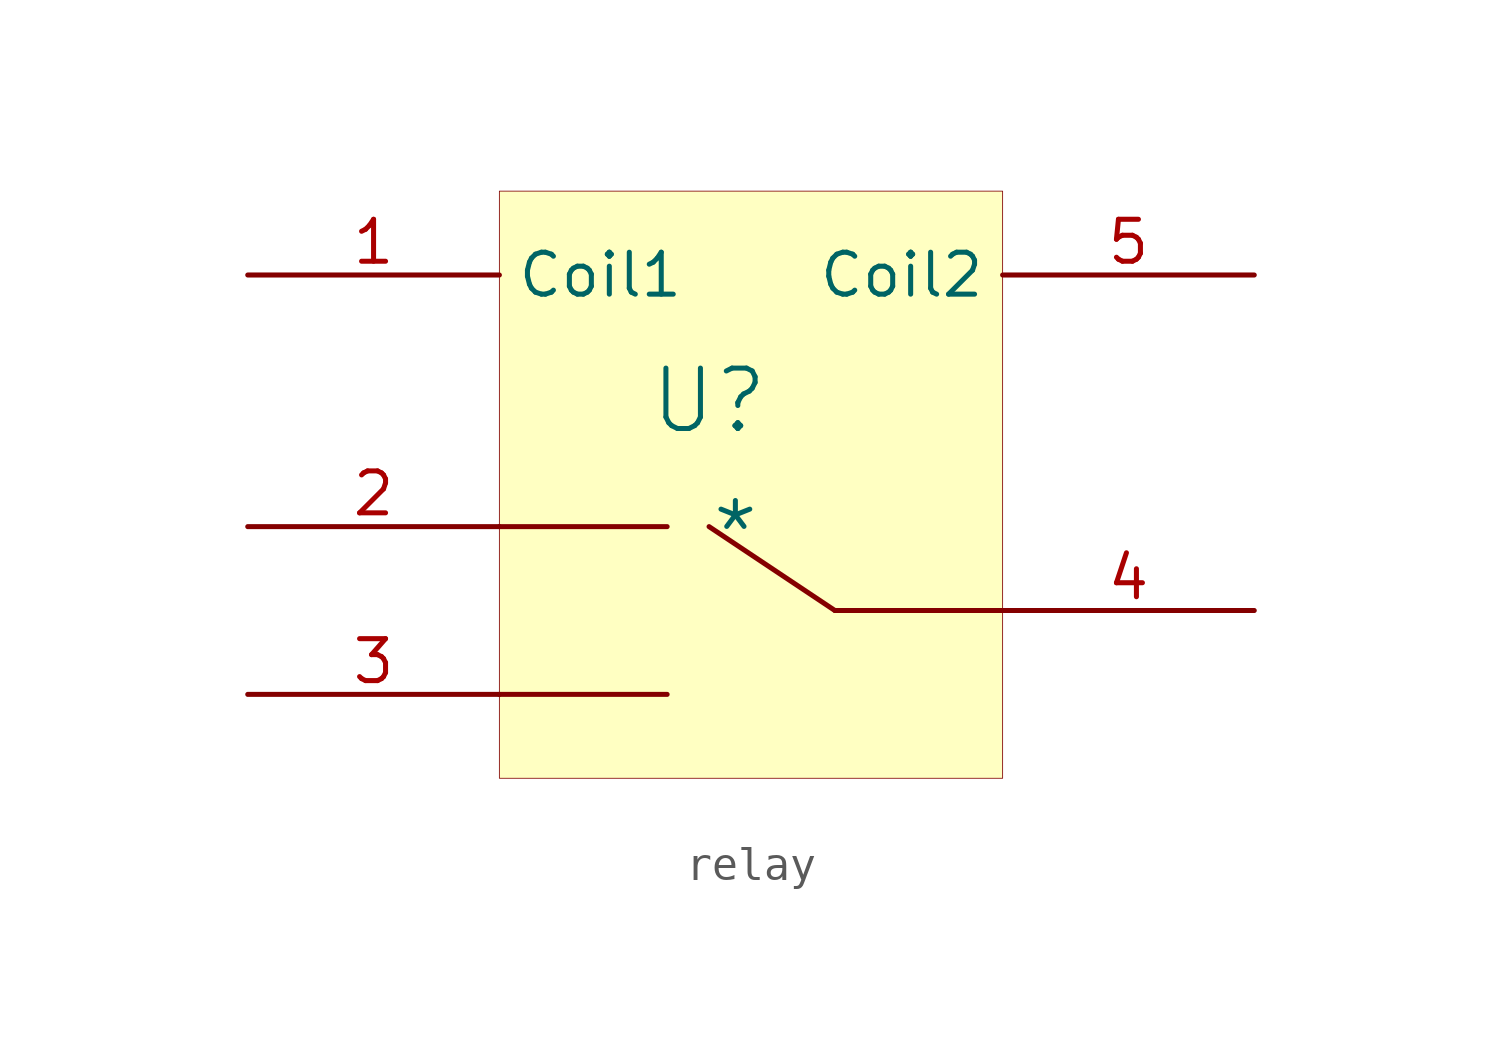
<source format=kicad_sym>
(kicad_symbol_lib
  (version 20241209)
  (generator "kicad_symbol_editor")
  (generator_version "9.0")
  (symbol "relay"
    (property "Reference" "U"
      (at -1.27 1.27 0)
      (effects (font (size 1.829 1.829))))
    (property "Value" "*"
      (at -1.27 -3.81 0)
      (effects (font (size 1.829 1.829)) (justify left bottom)))
    (symbol "relay_1_0"
      (polyline (pts (xy -7.62 -2.54) (xy -2.54 -2.54)) (stroke (width 0) (type solid)) (fill (type none)))
      (polyline (pts (xy -7.62 -7.62) (xy -2.54 -7.62)) (stroke (width 0) (type solid)) (fill (type none)))
      (polyline (pts (xy 2.54 -5.08) (xy -1.27 -2.54)) (stroke (width 0) (type solid)) (fill (type none)))
      (rectangle (start 7.62 7.62) (end -7.62 -10.16) (stroke (width 0.025) (type solid) (color 128 0 0 1)) (fill (type background)))
      (polyline (pts (xy 7.62 -5.08) (xy 2.54 -5.08)) (stroke (width 0) (type solid)) (fill (type none)))
      (pin passive line (at -15.24 5.08 0) (length 7.62) (name "Coil1" (effects (font (size 1.27 1.27)))) (number "1" (effects (font (size 1.27 1.27)))))
      (pin passive line (at -15.24 -2.54 0) (length 7.62) (name "2" (effects (font (size 0 0)))) (number "2" (effects (font (size 1.27 1.27)))))
      (pin passive line (at -15.24 -7.62 0) (length 7.62) (name "3" (effects (font (size 0 0)))) (number "3" (effects (font (size 1.27 1.27)))))
      (pin passive line (at 15.24 5.08 180) (length 7.62) (name "Coil2" (effects (font (size 1.27 1.27)))) (number "5" (effects (font (size 1.27 1.27)))))
      (pin passive line (at 15.24 -5.08 180) (length 7.62) (name "4" (effects (font (size 0 0)))) (number "4" (effects (font (size 1.27 1.27))))))))
</source>
